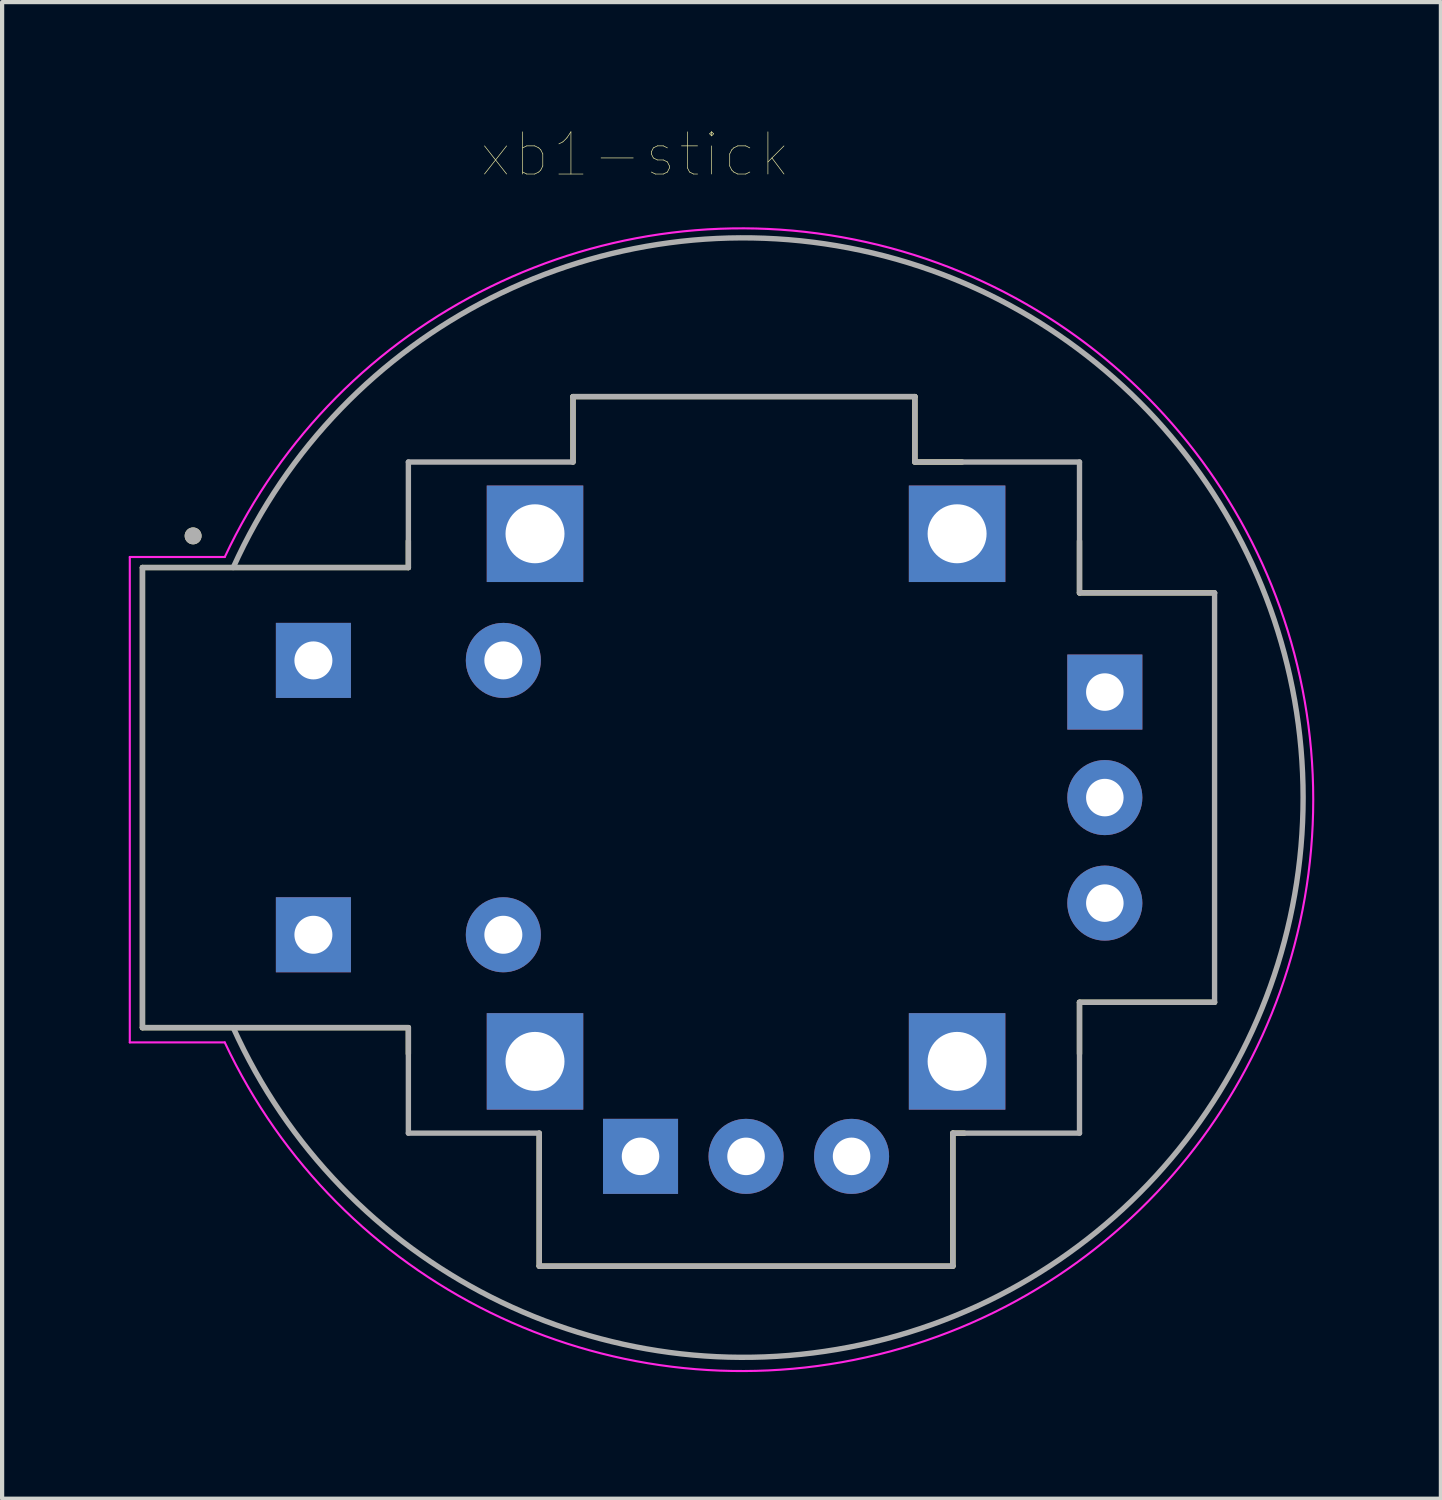
<source format=kicad_pcb>
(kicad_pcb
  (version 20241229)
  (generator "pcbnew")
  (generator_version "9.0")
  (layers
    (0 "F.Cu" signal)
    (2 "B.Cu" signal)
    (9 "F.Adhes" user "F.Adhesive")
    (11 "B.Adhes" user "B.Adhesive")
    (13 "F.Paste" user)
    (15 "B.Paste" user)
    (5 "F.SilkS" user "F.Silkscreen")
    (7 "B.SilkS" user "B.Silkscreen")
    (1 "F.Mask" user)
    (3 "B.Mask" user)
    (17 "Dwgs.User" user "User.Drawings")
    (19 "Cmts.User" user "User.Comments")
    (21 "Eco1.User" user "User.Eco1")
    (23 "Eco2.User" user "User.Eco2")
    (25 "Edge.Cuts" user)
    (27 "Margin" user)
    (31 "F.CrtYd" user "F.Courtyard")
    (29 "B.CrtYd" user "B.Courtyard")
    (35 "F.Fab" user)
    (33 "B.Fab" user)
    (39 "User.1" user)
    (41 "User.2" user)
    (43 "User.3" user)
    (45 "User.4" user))
  (footprint "xb1-stick"
    (layer "F.Cu")
    (at 14.625 15.846)
    (property "Reference" "xb1-stick" (at -2.625 -15.235 0) (layer "F.SilkS") (effects (font (size 1 1) (thickness 0.015))))
    (attr through_hole)
    (fp_line (start -14.3 -5.45) (end -8 -5.45) (stroke (width 0.127) (type solid)) (layer "F.SilkS"))
    (fp_line (start -14.3 5.45) (end -14.3 -5.45) (stroke (width 0.127) (type solid)) (layer "F.SilkS"))
    (fp_line (start -8 -5.45) (end -8 -6.08) (stroke (width 0.127) (type solid)) (layer "F.SilkS"))
    (fp_line (start -8 5.45) (end -14.3 5.45) (stroke (width 0.127) (type solid)) (layer "F.SilkS"))
    (fp_line (start -8 6.07) (end -8 5.45) (stroke (width 0.127) (type solid)) (layer "F.SilkS"))
    (fp_line (start -4.9 11.1) (end -4.9 7.95) (stroke (width 0.127) (type solid)) (layer "F.SilkS"))
    (fp_line (start -4.1 -9.5) (end 4 -9.5) (stroke (width 0.127) (type solid)) (layer "F.SilkS"))
    (fp_line (start -4.1 -7.95) (end -4.1 -9.5) (stroke (width 0.127) (type solid)) (layer "F.SilkS"))
    (fp_line (start 4 -9.5) (end 4 -7.95) (stroke (width 0.127) (type solid)) (layer "F.SilkS"))
    (fp_line (start 4 -7.95) (end 5.12 -7.95) (stroke (width 0.127) (type solid)) (layer "F.SilkS"))
    (fp_line (start 4.9 7.95) (end 4.9 11.1) (stroke (width 0.127) (type solid)) (layer "F.SilkS"))
    (fp_line (start 4.9 11.1) (end -4.9 11.1) (stroke (width 0.127) (type solid)) (layer "F.SilkS"))
    (fp_line (start 5.17 7.95) (end 4.9 7.95) (stroke (width 0.127) (type solid)) (layer "F.SilkS"))
    (fp_line (start 7.9 -6.08) (end 7.9 -4.85) (stroke (width 0.127) (type solid)) (layer "F.SilkS"))
    (fp_line (start 7.9 -4.85) (end 11.1 -4.85) (stroke (width 0.127) (type solid)) (layer "F.SilkS"))
    (fp_line (start 7.9 4.85) (end 7.9 6.07) (stroke (width 0.127) (type solid)) (layer "F.SilkS"))
    (fp_line (start 11.1 4.85) (end 7.9 4.85) (stroke (width 0.127) (type solid)) (layer "F.SilkS"))
    (fp_circle (center -13.1 -6.2) (end -13.1 -6.3) (stroke (width 0.2) (type solid)) (fill no) (layer "F.SilkS"))
    (fp_line (start -14.6 -5.7) (end -12.35 -5.7) (stroke (width 0.05) (type solid)) (layer "F.CrtYd"))
    (fp_line (start -14.6 5.8) (end -14.6 -5.7) (stroke (width 0.05) (type solid)) (layer "F.CrtYd"))
    (fp_line (start -12.35 5.8) (end -14.6 5.8) (stroke (width 0.05) (type solid)) (layer "F.CrtYd"))
    (fp_arc (start -12.35 -5.7) (mid 13.437438 0.05) (end -12.35 5.8) (stroke (width 0.05) (type solid)) (layer "F.CrtYd"))
    (fp_line (start -14.3 -5.45) (end -14.3 5.45) (stroke (width 0.127) (type solid)) (layer "F.Fab"))
    (fp_line (start -14.3 -5.45) (end -8 -5.45) (stroke (width 0.127) (type solid)) (layer "F.Fab"))
    (fp_line (start -14.3 5.45) (end -8 5.45) (stroke (width 0.127) (type solid)) (layer "F.Fab"))
    (fp_line (start -8 -7.95) (end -8 -5.45) (stroke (width 0.127) (type solid)) (layer "F.Fab"))
    (fp_line (start -8 5.45) (end -8 7.95) (stroke (width 0.127) (type solid)) (layer "F.Fab"))
    (fp_line (start -4.9 7.95) (end -8 7.95) (stroke (width 0.127) (type solid)) (layer "F.Fab"))
    (fp_line (start -4.9 7.95) (end -4.9 11.1) (stroke (width 0.127) (type solid)) (layer "F.Fab"))
    (fp_line (start -4.9 11.1) (end 4.9 11.1) (stroke (width 0.127) (type solid)) (layer "F.Fab"))
    (fp_line (start -4.1 -9.5) (end 4 -9.5) (stroke (width 0.127) (type solid)) (layer "F.Fab"))
    (fp_line (start -4.1 -7.95) (end -8 -7.95) (stroke (width 0.127) (type solid)) (layer "F.Fab"))
    (fp_line (start -4.1 -7.95) (end -4.1 -9.5) (stroke (width 0.127) (type solid)) (layer "F.Fab"))
    (fp_line (start 4 -7.95) (end 4 -9.5) (stroke (width 0.127) (type solid)) (layer "F.Fab"))
    (fp_line (start 4 -7.95) (end 7.9 -7.95) (stroke (width 0.127) (type solid)) (layer "F.Fab"))
    (fp_line (start 4.9 7.95) (end 4.9 11.1) (stroke (width 0.127) (type solid)) (layer "F.Fab"))
    (fp_line (start 4.9 7.95) (end 7.9 7.95) (stroke (width 0.127) (type solid)) (layer "F.Fab"))
    (fp_line (start 7.9 -4.85) (end 7.9 -7.95) (stroke (width 0.127) (type solid)) (layer "F.Fab"))
    (fp_line (start 7.9 4.85) (end 7.9 7.95) (stroke (width 0.127) (type solid)) (layer "F.Fab"))
    (fp_line (start 11.1 -4.85) (end 7.9 -4.85) (stroke (width 0.127) (type solid)) (layer "F.Fab"))
    (fp_line (start 11.1 -4.85) (end 11.1 4.85) (stroke (width 0.127) (type solid)) (layer "F.Fab"))
    (fp_line (start 11.1 4.85) (end 7.9 4.85) (stroke (width 0.127) (type solid)) (layer "F.Fab"))
    (fp_arc (start -12.15 -5.45) (mid 13.197504 0) (end -12.15 5.45) (stroke (width 0.127) (type solid)) (layer "F.Fab"))
    (fp_circle (center -13.1 -6.2) (end -13.1 -6.3) (stroke (width 0.2) (type solid)) (fill no) (layer "F.Fab"))
    (pad "B1A" thru_hole rect (at -10.25 -3.25 270) (size 1.778 1.778) (drill 0.9) (layers "*.Cu" "*.Mask"))
    (pad "B1B" thru_hole rect (at -10.25 3.25 270) (size 1.778 1.778) (drill 0.9) (layers "*.Cu" "*.Mask"))
    (pad "B2A" thru_hole circle (at -5.75 -3.25 270) (size 1.778 1.778) (drill 0.9) (layers "*.Cu" "*.Mask"))
    (pad "B2B" thru_hole circle (at -5.75 3.25 270) (size 1.778 1.778) (drill 0.9) (layers "*.Cu" "*.Mask"))
    (pad "H1" thru_hole rect (at -2.5 8.5 270) (size 1.778 1.778) (drill 0.889) (layers "*.Cu" "*.Mask"))
    (pad "H2" thru_hole circle (at 0 8.5 270) (size 1.778 1.778) (drill 0.889) (layers "*.Cu" "*.Mask"))
    (pad "H3" thru_hole circle (at 2.5 8.5 270) (size 1.778 1.778) (drill 0.889) (layers "*.Cu" "*.Mask"))
    (pad "S1" thru_hole rect (at -5 -6.25 270) (size 2.286 2.286) (drill 1.397) (layers "*.Cu" "*.Mask"))
    (pad "S2" thru_hole rect (at -5 6.25 270) (size 2.286 2.286) (drill 1.397) (layers "*.Cu" "*.Mask"))
    (pad "S3" thru_hole rect (at 5 6.25 270) (size 2.286 2.286) (drill 1.397) (layers "*.Cu" "*.Mask"))
    (pad "S4" thru_hole rect (at 5 -6.25 270) (size 2.286 2.286) (drill 1.397) (layers "*.Cu" "*.Mask"))
    (pad "V1" thru_hole rect (at 8.5 -2.5 270) (size 1.778 1.778) (drill 0.889) (layers "*.Cu" "*.Mask"))
    (pad "V2" thru_hole circle (at 8.5 0 270) (size 1.778 1.778) (drill 0.889) (layers "*.Cu" "*.Mask"))
    (pad "V3" thru_hole circle (at 8.5 2.5 270) (size 1.778 1.778) (drill 0.889) (layers "*.Cu" "*.Mask")))
  (gr_rect
    (start -3 -3)
    (end 31.087 32.456)
    (stroke (width 0.1) (type default))
    (fill no)
    (layer "Edge.Cuts")))
</source>
